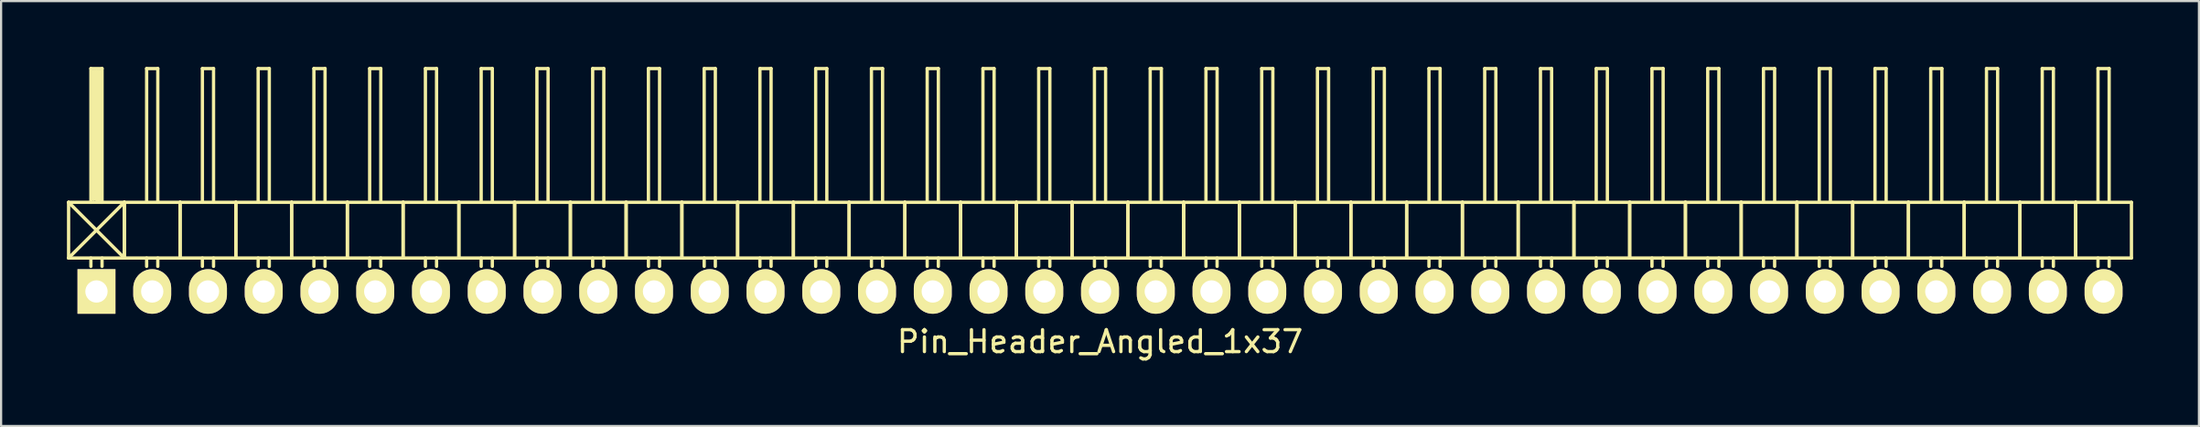
<source format=kicad_pcb>
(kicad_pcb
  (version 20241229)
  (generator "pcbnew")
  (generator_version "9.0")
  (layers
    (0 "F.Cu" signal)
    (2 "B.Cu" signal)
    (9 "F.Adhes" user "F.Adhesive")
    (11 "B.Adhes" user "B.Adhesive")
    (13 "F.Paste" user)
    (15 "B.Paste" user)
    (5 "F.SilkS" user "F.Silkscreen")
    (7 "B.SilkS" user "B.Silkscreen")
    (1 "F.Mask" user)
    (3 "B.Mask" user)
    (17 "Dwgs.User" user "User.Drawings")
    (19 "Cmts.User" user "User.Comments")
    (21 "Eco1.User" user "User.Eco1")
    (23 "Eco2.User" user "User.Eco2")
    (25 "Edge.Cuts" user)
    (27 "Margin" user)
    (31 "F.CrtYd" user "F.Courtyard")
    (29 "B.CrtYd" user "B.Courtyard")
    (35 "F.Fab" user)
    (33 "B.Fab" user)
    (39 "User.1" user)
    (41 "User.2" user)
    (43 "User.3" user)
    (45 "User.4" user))
  (footprint "Pin_Header_Angled_1x37"
    (layer "F.Cu")
    (at 47.065 10.235)
    (property "Reference" "Pin_Header_Angled_1x37" (at 0 2.286 0) (layer "F.SilkS") (effects (font (size 1 1) (thickness 0.15))))
    (attr through_hole)
    (fp_line (start -46.99 -4.064) (end -44.45 -1.524) (stroke (width 0.15) (type solid)) (layer "F.SilkS"))
    (fp_line (start -46.99 -1.524) (end -46.99 -4.064) (stroke (width 0.15) (type solid)) (layer "F.SilkS"))
    (fp_line (start -46.99 -1.524) (end -44.45 -1.524) (stroke (width 0.15) (type solid)) (layer "F.SilkS"))
    (fp_line (start -45.974 -10.16) (end -45.466 -10.16) (stroke (width 0.15) (type solid)) (layer "F.SilkS"))
    (fp_line (start -45.974 -4.064) (end -45.974 -10.16) (stroke (width 0.15) (type solid)) (layer "F.SilkS"))
    (fp_line (start -45.974 -1.524) (end -45.974 -1.143) (stroke (width 0.15) (type solid)) (layer "F.SilkS"))
    (fp_line (start -45.847 -10.033) (end -45.593 -10.033) (stroke (width 0.15) (type solid)) (layer "F.SilkS"))
    (fp_line (start -45.847 -4.191) (end -45.847 -10.033) (stroke (width 0.15) (type solid)) (layer "F.SilkS"))
    (fp_line (start -45.72 -4.191) (end -45.72 -10.033) (stroke (width 0.15) (type solid)) (layer "F.SilkS"))
    (fp_line (start -45.593 -10.033) (end -45.593 -4.191) (stroke (width 0.15) (type solid)) (layer "F.SilkS"))
    (fp_line (start -45.593 -4.191) (end -45.72 -4.191) (stroke (width 0.15) (type solid)) (layer "F.SilkS"))
    (fp_line (start -45.466 -10.16) (end -45.466 -4.064) (stroke (width 0.15) (type solid)) (layer "F.SilkS"))
    (fp_line (start -45.466 -1.524) (end -45.466 -1.143) (stroke (width 0.15) (type solid)) (layer "F.SilkS"))
    (fp_line (start -44.45 -4.064) (end -46.99 -4.064) (stroke (width 0.15) (type solid)) (layer "F.SilkS"))
    (fp_line (start -44.45 -4.064) (end -46.99 -1.524) (stroke (width 0.15) (type solid)) (layer "F.SilkS"))
    (fp_line (start -44.45 -1.524) (end -44.45 -4.064) (stroke (width 0.15) (type solid)) (layer "F.SilkS"))
    (fp_line (start -44.45 -1.524) (end -44.45 -4.064) (stroke (width 0.15) (type solid)) (layer "F.SilkS"))
    (fp_line (start -44.45 -1.524) (end -41.91 -1.524) (stroke (width 0.15) (type solid)) (layer "F.SilkS"))
    (fp_line (start -43.434 -10.16) (end -42.926 -10.16) (stroke (width 0.15) (type solid)) (layer "F.SilkS"))
    (fp_line (start -43.434 -4.064) (end -43.434 -10.16) (stroke (width 0.15) (type solid)) (layer "F.SilkS"))
    (fp_line (start -43.434 -1.524) (end -43.434 -1.143) (stroke (width 0.15) (type solid)) (layer "F.SilkS"))
    (fp_line (start -42.926 -10.16) (end -42.926 -4.064) (stroke (width 0.15) (type solid)) (layer "F.SilkS"))
    (fp_line (start -42.926 -1.524) (end -42.926 -1.143) (stroke (width 0.15) (type solid)) (layer "F.SilkS"))
    (fp_line (start -41.91 -4.064) (end -44.45 -4.064) (stroke (width 0.15) (type solid)) (layer "F.SilkS"))
    (fp_line (start -41.91 -1.524) (end -41.91 -4.064) (stroke (width 0.15) (type solid)) (layer "F.SilkS"))
    (fp_line (start -41.91 -1.524) (end -41.91 -4.064) (stroke (width 0.15) (type solid)) (layer "F.SilkS"))
    (fp_line (start -41.91 -1.524) (end -39.37 -1.524) (stroke (width 0.15) (type solid)) (layer "F.SilkS"))
    (fp_line (start -40.894 -10.16) (end -40.386 -10.16) (stroke (width 0.15) (type solid)) (layer "F.SilkS"))
    (fp_line (start -40.894 -4.064) (end -40.894 -10.16) (stroke (width 0.15) (type solid)) (layer "F.SilkS"))
    (fp_line (start -40.894 -1.524) (end -40.894 -1.143) (stroke (width 0.15) (type solid)) (layer "F.SilkS"))
    (fp_line (start -40.386 -10.16) (end -40.386 -4.064) (stroke (width 0.15) (type solid)) (layer "F.SilkS"))
    (fp_line (start -40.386 -1.524) (end -40.386 -1.143) (stroke (width 0.15) (type solid)) (layer "F.SilkS"))
    (fp_line (start -39.37 -4.064) (end -41.91 -4.064) (stroke (width 0.15) (type solid)) (layer "F.SilkS"))
    (fp_line (start -39.37 -1.524) (end -39.37 -4.064) (stroke (width 0.15) (type solid)) (layer "F.SilkS"))
    (fp_line (start -39.37 -1.524) (end -39.37 -4.064) (stroke (width 0.15) (type solid)) (layer "F.SilkS"))
    (fp_line (start -39.37 -1.524) (end -36.83 -1.524) (stroke (width 0.15) (type solid)) (layer "F.SilkS"))
    (fp_line (start -38.354 -10.16) (end -37.846 -10.16) (stroke (width 0.15) (type solid)) (layer "F.SilkS"))
    (fp_line (start -38.354 -4.064) (end -38.354 -10.16) (stroke (width 0.15) (type solid)) (layer "F.SilkS"))
    (fp_line (start -38.354 -1.524) (end -38.354 -1.143) (stroke (width 0.15) (type solid)) (layer "F.SilkS"))
    (fp_line (start -37.846 -10.16) (end -37.846 -4.064) (stroke (width 0.15) (type solid)) (layer "F.SilkS"))
    (fp_line (start -37.846 -1.524) (end -37.846 -1.143) (stroke (width 0.15) (type solid)) (layer "F.SilkS"))
    (fp_line (start -36.83 -4.064) (end -39.37 -4.064) (stroke (width 0.15) (type solid)) (layer "F.SilkS"))
    (fp_line (start -36.83 -1.524) (end -36.83 -4.064) (stroke (width 0.15) (type solid)) (layer "F.SilkS"))
    (fp_line (start -36.83 -1.524) (end -36.83 -4.064) (stroke (width 0.15) (type solid)) (layer "F.SilkS"))
    (fp_line (start -36.83 -1.524) (end -34.29 -1.524) (stroke (width 0.15) (type solid)) (layer "F.SilkS"))
    (fp_line (start -35.814 -10.16) (end -35.306 -10.16) (stroke (width 0.15) (type solid)) (layer "F.SilkS"))
    (fp_line (start -35.814 -4.064) (end -35.814 -10.16) (stroke (width 0.15) (type solid)) (layer "F.SilkS"))
    (fp_line (start -35.814 -1.524) (end -35.814 -1.143) (stroke (width 0.15) (type solid)) (layer "F.SilkS"))
    (fp_line (start -35.306 -10.16) (end -35.306 -4.064) (stroke (width 0.15) (type solid)) (layer "F.SilkS"))
    (fp_line (start -35.306 -1.524) (end -35.306 -1.143) (stroke (width 0.15) (type solid)) (layer "F.SilkS"))
    (fp_line (start -34.29 -4.064) (end -36.83 -4.064) (stroke (width 0.15) (type solid)) (layer "F.SilkS"))
    (fp_line (start -34.29 -1.524) (end -34.29 -4.064) (stroke (width 0.15) (type solid)) (layer "F.SilkS"))
    (fp_line (start -34.29 -1.524) (end -34.29 -4.064) (stroke (width 0.15) (type solid)) (layer "F.SilkS"))
    (fp_line (start -34.29 -1.524) (end -31.75 -1.524) (stroke (width 0.15) (type solid)) (layer "F.SilkS"))
    (fp_line (start -33.274 -10.16) (end -32.766 -10.16) (stroke (width 0.15) (type solid)) (layer "F.SilkS"))
    (fp_line (start -33.274 -4.064) (end -33.274 -10.16) (stroke (width 0.15) (type solid)) (layer "F.SilkS"))
    (fp_line (start -33.274 -1.524) (end -33.274 -1.143) (stroke (width 0.15) (type solid)) (layer "F.SilkS"))
    (fp_line (start -32.766 -10.16) (end -32.766 -4.064) (stroke (width 0.15) (type solid)) (layer "F.SilkS"))
    (fp_line (start -32.766 -1.524) (end -32.766 -1.143) (stroke (width 0.15) (type solid)) (layer "F.SilkS"))
    (fp_line (start -31.75 -4.064) (end -34.29 -4.064) (stroke (width 0.15) (type solid)) (layer "F.SilkS"))
    (fp_line (start -31.75 -1.524) (end -31.75 -4.064) (stroke (width 0.15) (type solid)) (layer "F.SilkS"))
    (fp_line (start -31.75 -1.524) (end -31.75 -4.064) (stroke (width 0.15) (type solid)) (layer "F.SilkS"))
    (fp_line (start -31.75 -1.524) (end -29.21 -1.524) (stroke (width 0.15) (type solid)) (layer "F.SilkS"))
    (fp_line (start -30.734 -10.16) (end -30.226 -10.16) (stroke (width 0.15) (type solid)) (layer "F.SilkS"))
    (fp_line (start -30.734 -4.064) (end -30.734 -10.16) (stroke (width 0.15) (type solid)) (layer "F.SilkS"))
    (fp_line (start -30.734 -1.524) (end -30.734 -1.143) (stroke (width 0.15) (type solid)) (layer "F.SilkS"))
    (fp_line (start -30.226 -10.16) (end -30.226 -4.064) (stroke (width 0.15) (type solid)) (layer "F.SilkS"))
    (fp_line (start -30.226 -1.524) (end -30.226 -1.143) (stroke (width 0.15) (type solid)) (layer "F.SilkS"))
    (fp_line (start -29.21 -4.064) (end -31.75 -4.064) (stroke (width 0.15) (type solid)) (layer "F.SilkS"))
    (fp_line (start -29.21 -1.524) (end -29.21 -4.064) (stroke (width 0.15) (type solid)) (layer "F.SilkS"))
    (fp_line (start -29.21 -1.524) (end -29.21 -4.064) (stroke (width 0.15) (type solid)) (layer "F.SilkS"))
    (fp_line (start -29.21 -1.524) (end -26.67 -1.524) (stroke (width 0.15) (type solid)) (layer "F.SilkS"))
    (fp_line (start -28.194 -10.16) (end -27.686 -10.16) (stroke (width 0.15) (type solid)) (layer "F.SilkS"))
    (fp_line (start -28.194 -4.064) (end -28.194 -10.16) (stroke (width 0.15) (type solid)) (layer "F.SilkS"))
    (fp_line (start -28.194 -1.524) (end -28.194 -1.143) (stroke (width 0.15) (type solid)) (layer "F.SilkS"))
    (fp_line (start -27.686 -10.16) (end -27.686 -4.064) (stroke (width 0.15) (type solid)) (layer "F.SilkS"))
    (fp_line (start -27.686 -1.524) (end -27.686 -1.143) (stroke (width 0.15) (type solid)) (layer "F.SilkS"))
    (fp_line (start -26.67 -4.064) (end -29.21 -4.064) (stroke (width 0.15) (type solid)) (layer "F.SilkS"))
    (fp_line (start -26.67 -1.524) (end -26.67 -4.064) (stroke (width 0.15) (type solid)) (layer "F.SilkS"))
    (fp_line (start -26.67 -1.524) (end -26.67 -4.064) (stroke (width 0.15) (type solid)) (layer "F.SilkS"))
    (fp_line (start -26.67 -1.524) (end -24.13 -1.524) (stroke (width 0.15) (type solid)) (layer "F.SilkS"))
    (fp_line (start -25.654 -10.16) (end -25.146 -10.16) (stroke (width 0.15) (type solid)) (layer "F.SilkS"))
    (fp_line (start -25.654 -4.064) (end -25.654 -10.16) (stroke (width 0.15) (type solid)) (layer "F.SilkS"))
    (fp_line (start -25.654 -1.524) (end -25.654 -1.143) (stroke (width 0.15) (type solid)) (layer "F.SilkS"))
    (fp_line (start -25.146 -10.16) (end -25.146 -4.064) (stroke (width 0.15) (type solid)) (layer "F.SilkS"))
    (fp_line (start -25.146 -1.524) (end -25.146 -1.143) (stroke (width 0.15) (type solid)) (layer "F.SilkS"))
    (fp_line (start -24.13 -4.064) (end -26.67 -4.064) (stroke (width 0.15) (type solid)) (layer "F.SilkS"))
    (fp_line (start -24.13 -1.524) (end -24.13 -4.064) (stroke (width 0.15) (type solid)) (layer "F.SilkS"))
    (fp_line (start -24.13 -1.524) (end -24.13 -4.064) (stroke (width 0.15) (type solid)) (layer "F.SilkS"))
    (fp_line (start -24.13 -1.524) (end -21.59 -1.524) (stroke (width 0.15) (type solid)) (layer "F.SilkS"))
    (fp_line (start -23.114 -10.16) (end -22.606 -10.16) (stroke (width 0.15) (type solid)) (layer "F.SilkS"))
    (fp_line (start -23.114 -4.064) (end -23.114 -10.16) (stroke (width 0.15) (type solid)) (layer "F.SilkS"))
    (fp_line (start -23.114 -1.524) (end -23.114 -1.143) (stroke (width 0.15) (type solid)) (layer "F.SilkS"))
    (fp_line (start -22.606 -10.16) (end -22.606 -4.064) (stroke (width 0.15) (type solid)) (layer "F.SilkS"))
    (fp_line (start -22.606 -1.524) (end -22.606 -1.143) (stroke (width 0.15) (type solid)) (layer "F.SilkS"))
    (fp_line (start -21.59 -4.064) (end -24.13 -4.064) (stroke (width 0.15) (type solid)) (layer "F.SilkS"))
    (fp_line (start -21.59 -1.524) (end -21.59 -4.064) (stroke (width 0.15) (type solid)) (layer "F.SilkS"))
    (fp_line (start -21.59 -1.524) (end -21.59 -4.064) (stroke (width 0.15) (type solid)) (layer "F.SilkS"))
    (fp_line (start -21.59 -1.524) (end -19.05 -1.524) (stroke (width 0.15) (type solid)) (layer "F.SilkS"))
    (fp_line (start -20.574 -10.16) (end -20.066 -10.16) (stroke (width 0.15) (type solid)) (layer "F.SilkS"))
    (fp_line (start -20.574 -4.064) (end -20.574 -10.16) (stroke (width 0.15) (type solid)) (layer "F.SilkS"))
    (fp_line (start -20.574 -1.524) (end -20.574 -1.143) (stroke (width 0.15) (type solid)) (layer "F.SilkS"))
    (fp_line (start -20.066 -10.16) (end -20.066 -4.064) (stroke (width 0.15) (type solid)) (layer "F.SilkS"))
    (fp_line (start -20.066 -1.524) (end -20.066 -1.143) (stroke (width 0.15) (type solid)) (layer "F.SilkS"))
    (fp_line (start -19.05 -4.064) (end -21.59 -4.064) (stroke (width 0.15) (type solid)) (layer "F.SilkS"))
    (fp_line (start -19.05 -1.524) (end -19.05 -4.064) (stroke (width 0.15) (type solid)) (layer "F.SilkS"))
    (fp_line (start -19.05 -1.524) (end -19.05 -4.064) (stroke (width 0.15) (type solid)) (layer "F.SilkS"))
    (fp_line (start -19.05 -1.524) (end -16.51 -1.524) (stroke (width 0.15) (type solid)) (layer "F.SilkS"))
    (fp_line (start -18.034 -10.16) (end -17.526 -10.16) (stroke (width 0.15) (type solid)) (layer "F.SilkS"))
    (fp_line (start -18.034 -4.064) (end -18.034 -10.16) (stroke (width 0.15) (type solid)) (layer "F.SilkS"))
    (fp_line (start -18.034 -1.524) (end -18.034 -1.143) (stroke (width 0.15) (type solid)) (layer "F.SilkS"))
    (fp_line (start -17.526 -10.16) (end -17.526 -4.064) (stroke (width 0.15) (type solid)) (layer "F.SilkS"))
    (fp_line (start -17.526 -1.524) (end -17.526 -1.143) (stroke (width 0.15) (type solid)) (layer "F.SilkS"))
    (fp_line (start -16.51 -4.064) (end -19.05 -4.064) (stroke (width 0.15) (type solid)) (layer "F.SilkS"))
    (fp_line (start -16.51 -1.524) (end -16.51 -4.064) (stroke (width 0.15) (type solid)) (layer "F.SilkS"))
    (fp_line (start -16.51 -1.524) (end -16.51 -4.064) (stroke (width 0.15) (type solid)) (layer "F.SilkS"))
    (fp_line (start -16.51 -1.524) (end -13.97 -1.524) (stroke (width 0.15) (type solid)) (layer "F.SilkS"))
    (fp_line (start -15.494 -10.16) (end -14.986 -10.16) (stroke (width 0.15) (type solid)) (layer "F.SilkS"))
    (fp_line (start -15.494 -4.064) (end -15.494 -10.16) (stroke (width 0.15) (type solid)) (layer "F.SilkS"))
    (fp_line (start -15.494 -1.524) (end -15.494 -1.143) (stroke (width 0.15) (type solid)) (layer "F.SilkS"))
    (fp_line (start -14.986 -10.16) (end -14.986 -4.064) (stroke (width 0.15) (type solid)) (layer "F.SilkS"))
    (fp_line (start -14.986 -1.524) (end -14.986 -1.143) (stroke (width 0.15) (type solid)) (layer "F.SilkS"))
    (fp_line (start -13.97 -4.064) (end -16.51 -4.064) (stroke (width 0.15) (type solid)) (layer "F.SilkS"))
    (fp_line (start -13.97 -1.524) (end -13.97 -4.064) (stroke (width 0.15) (type solid)) (layer "F.SilkS"))
    (fp_line (start -13.97 -1.524) (end -13.97 -4.064) (stroke (width 0.15) (type solid)) (layer "F.SilkS"))
    (fp_line (start -13.97 -1.524) (end -11.43 -1.524) (stroke (width 0.15) (type solid)) (layer "F.SilkS"))
    (fp_line (start -12.954 -10.16) (end -12.446 -10.16) (stroke (width 0.15) (type solid)) (layer "F.SilkS"))
    (fp_line (start -12.954 -4.064) (end -12.954 -10.16) (stroke (width 0.15) (type solid)) (layer "F.SilkS"))
    (fp_line (start -12.954 -1.524) (end -12.954 -1.143) (stroke (width 0.15) (type solid)) (layer "F.SilkS"))
    (fp_line (start -12.446 -10.16) (end -12.446 -4.064) (stroke (width 0.15) (type solid)) (layer "F.SilkS"))
    (fp_line (start -12.446 -1.524) (end -12.446 -1.143) (stroke (width 0.15) (type solid)) (layer "F.SilkS"))
    (fp_line (start -11.43 -4.064) (end -13.97 -4.064) (stroke (width 0.15) (type solid)) (layer "F.SilkS"))
    (fp_line (start -11.43 -1.524) (end -11.43 -4.064) (stroke (width 0.15) (type solid)) (layer "F.SilkS"))
    (fp_line (start -11.43 -1.524) (end -11.43 -4.064) (stroke (width 0.15) (type solid)) (layer "F.SilkS"))
    (fp_line (start -11.43 -1.524) (end -8.89 -1.524) (stroke (width 0.15) (type solid)) (layer "F.SilkS"))
    (fp_line (start -10.414 -10.16) (end -9.906 -10.16) (stroke (width 0.15) (type solid)) (layer "F.SilkS"))
    (fp_line (start -10.414 -4.064) (end -10.414 -10.16) (stroke (width 0.15) (type solid)) (layer "F.SilkS"))
    (fp_line (start -10.414 -1.524) (end -10.414 -1.143) (stroke (width 0.15) (type solid)) (layer "F.SilkS"))
    (fp_line (start -9.906 -10.16) (end -9.906 -4.064) (stroke (width 0.15) (type solid)) (layer "F.SilkS"))
    (fp_line (start -9.906 -1.524) (end -9.906 -1.143) (stroke (width 0.15) (type solid)) (layer "F.SilkS"))
    (fp_line (start -8.89 -4.064) (end -11.43 -4.064) (stroke (width 0.15) (type solid)) (layer "F.SilkS"))
    (fp_line (start -8.89 -1.524) (end -8.89 -4.064) (stroke (width 0.15) (type solid)) (layer "F.SilkS"))
    (fp_line (start -8.89 -1.524) (end -8.89 -4.064) (stroke (width 0.15) (type solid)) (layer "F.SilkS"))
    (fp_line (start -8.89 -1.524) (end -6.35 -1.524) (stroke (width 0.15) (type solid)) (layer "F.SilkS"))
    (fp_line (start -7.874 -10.16) (end -7.366 -10.16) (stroke (width 0.15) (type solid)) (layer "F.SilkS"))
    (fp_line (start -7.874 -4.064) (end -7.874 -10.16) (stroke (width 0.15) (type solid)) (layer "F.SilkS"))
    (fp_line (start -7.874 -1.524) (end -7.874 -1.143) (stroke (width 0.15) (type solid)) (layer "F.SilkS"))
    (fp_line (start -7.366 -10.16) (end -7.366 -4.064) (stroke (width 0.15) (type solid)) (layer "F.SilkS"))
    (fp_line (start -7.366 -1.524) (end -7.366 -1.143) (stroke (width 0.15) (type solid)) (layer "F.SilkS"))
    (fp_line (start -6.35 -4.064) (end -8.89 -4.064) (stroke (width 0.15) (type solid)) (layer "F.SilkS"))
    (fp_line (start -6.35 -1.524) (end -6.35 -4.064) (stroke (width 0.15) (type solid)) (layer "F.SilkS"))
    (fp_line (start -6.35 -1.524) (end -6.35 -4.064) (stroke (width 0.15) (type solid)) (layer "F.SilkS"))
    (fp_line (start -6.35 -1.524) (end -3.81 -1.524) (stroke (width 0.15) (type solid)) (layer "F.SilkS"))
    (fp_line (start -5.334 -10.16) (end -4.826 -10.16) (stroke (width 0.15) (type solid)) (layer "F.SilkS"))
    (fp_line (start -5.334 -4.064) (end -5.334 -10.16) (stroke (width 0.15) (type solid)) (layer "F.SilkS"))
    (fp_line (start -5.334 -1.524) (end -5.334 -1.143) (stroke (width 0.15) (type solid)) (layer "F.SilkS"))
    (fp_line (start -4.826 -10.16) (end -4.826 -4.064) (stroke (width 0.15) (type solid)) (layer "F.SilkS"))
    (fp_line (start -4.826 -1.524) (end -4.826 -1.143) (stroke (width 0.15) (type solid)) (layer "F.SilkS"))
    (fp_line (start -3.81 -4.064) (end -6.35 -4.064) (stroke (width 0.15) (type solid)) (layer "F.SilkS"))
    (fp_line (start -3.81 -1.524) (end -3.81 -4.064) (stroke (width 0.15) (type solid)) (layer "F.SilkS"))
    (fp_line (start -3.81 -1.524) (end -3.81 -4.064) (stroke (width 0.15) (type solid)) (layer "F.SilkS"))
    (fp_line (start -3.81 -1.524) (end -1.27 -1.524) (stroke (width 0.15) (type solid)) (layer "F.SilkS"))
    (fp_line (start -2.794 -10.16) (end -2.286 -10.16) (stroke (width 0.15) (type solid)) (layer "F.SilkS"))
    (fp_line (start -2.794 -4.064) (end -2.794 -10.16) (stroke (width 0.15) (type solid)) (layer "F.SilkS"))
    (fp_line (start -2.794 -1.524) (end -2.794 -1.143) (stroke (width 0.15) (type solid)) (layer "F.SilkS"))
    (fp_line (start -2.286 -10.16) (end -2.286 -4.064) (stroke (width 0.15) (type solid)) (layer "F.SilkS"))
    (fp_line (start -2.286 -1.524) (end -2.286 -1.143) (stroke (width 0.15) (type solid)) (layer "F.SilkS"))
    (fp_line (start -1.27 -4.064) (end -3.81 -4.064) (stroke (width 0.15) (type solid)) (layer "F.SilkS"))
    (fp_line (start -1.27 -1.524) (end -1.27 -4.064) (stroke (width 0.15) (type solid)) (layer "F.SilkS"))
    (fp_line (start -1.27 -1.524) (end -1.27 -4.064) (stroke (width 0.15) (type solid)) (layer "F.SilkS"))
    (fp_line (start -1.27 -1.524) (end 1.27 -1.524) (stroke (width 0.15) (type solid)) (layer "F.SilkS"))
    (fp_line (start -0.254 -10.16) (end 0.254 -10.16) (stroke (width 0.15) (type solid)) (layer "F.SilkS"))
    (fp_line (start -0.254 -4.064) (end -0.254 -10.16) (stroke (width 0.15) (type solid)) (layer "F.SilkS"))
    (fp_line (start -0.254 -1.524) (end -0.254 -1.143) (stroke (width 0.15) (type solid)) (layer "F.SilkS"))
    (fp_line (start 0.254 -10.16) (end 0.254 -4.064) (stroke (width 0.15) (type solid)) (layer "F.SilkS"))
    (fp_line (start 0.254 -1.524) (end 0.254 -1.143) (stroke (width 0.15) (type solid)) (layer "F.SilkS"))
    (fp_line (start 1.27 -4.064) (end -1.27 -4.064) (stroke (width 0.15) (type solid)) (layer "F.SilkS"))
    (fp_line (start 1.27 -1.524) (end 1.27 -4.064) (stroke (width 0.15) (type solid)) (layer "F.SilkS"))
    (fp_line (start 1.27 -1.524) (end 1.27 -4.064) (stroke (width 0.15) (type solid)) (layer "F.SilkS"))
    (fp_line (start 1.27 -1.524) (end 3.81 -1.524) (stroke (width 0.15) (type solid)) (layer "F.SilkS"))
    (fp_line (start 2.286 -10.16) (end 2.794 -10.16) (stroke (width 0.15) (type solid)) (layer "F.SilkS"))
    (fp_line (start 2.286 -4.064) (end 2.286 -10.16) (stroke (width 0.15) (type solid)) (layer "F.SilkS"))
    (fp_line (start 2.286 -1.524) (end 2.286 -1.143) (stroke (width 0.15) (type solid)) (layer "F.SilkS"))
    (fp_line (start 2.794 -10.16) (end 2.794 -4.064) (stroke (width 0.15) (type solid)) (layer "F.SilkS"))
    (fp_line (start 2.794 -1.524) (end 2.794 -1.143) (stroke (width 0.15) (type solid)) (layer "F.SilkS"))
    (fp_line (start 3.81 -4.064) (end 1.27 -4.064) (stroke (width 0.15) (type solid)) (layer "F.SilkS"))
    (fp_line (start 3.81 -1.524) (end 3.81 -4.064) (stroke (width 0.15) (type solid)) (layer "F.SilkS"))
    (fp_line (start 3.81 -1.524) (end 3.81 -4.064) (stroke (width 0.15) (type solid)) (layer "F.SilkS"))
    (fp_line (start 3.81 -1.524) (end 6.35 -1.524) (stroke (width 0.15) (type solid)) (layer "F.SilkS"))
    (fp_line (start 4.826 -10.16) (end 5.334 -10.16) (stroke (width 0.15) (type solid)) (layer "F.SilkS"))
    (fp_line (start 4.826 -4.064) (end 4.826 -10.16) (stroke (width 0.15) (type solid)) (layer "F.SilkS"))
    (fp_line (start 4.826 -1.524) (end 4.826 -1.143) (stroke (width 0.15) (type solid)) (layer "F.SilkS"))
    (fp_line (start 5.334 -10.16) (end 5.334 -4.064) (stroke (width 0.15) (type solid)) (layer "F.SilkS"))
    (fp_line (start 5.334 -1.524) (end 5.334 -1.143) (stroke (width 0.15) (type solid)) (layer "F.SilkS"))
    (fp_line (start 6.35 -4.064) (end 3.81 -4.064) (stroke (width 0.15) (type solid)) (layer "F.SilkS"))
    (fp_line (start 6.35 -1.524) (end 6.35 -4.064) (stroke (width 0.15) (type solid)) (layer "F.SilkS"))
    (fp_line (start 6.35 -1.524) (end 6.35 -4.064) (stroke (width 0.15) (type solid)) (layer "F.SilkS"))
    (fp_line (start 6.35 -1.524) (end 8.89 -1.524) (stroke (width 0.15) (type solid)) (layer "F.SilkS"))
    (fp_line (start 7.366 -10.16) (end 7.874 -10.16) (stroke (width 0.15) (type solid)) (layer "F.SilkS"))
    (fp_line (start 7.366 -4.064) (end 7.366 -10.16) (stroke (width 0.15) (type solid)) (layer "F.SilkS"))
    (fp_line (start 7.366 -1.524) (end 7.366 -1.143) (stroke (width 0.15) (type solid)) (layer "F.SilkS"))
    (fp_line (start 7.874 -10.16) (end 7.874 -4.064) (stroke (width 0.15) (type solid)) (layer "F.SilkS"))
    (fp_line (start 7.874 -1.524) (end 7.874 -1.143) (stroke (width 0.15) (type solid)) (layer "F.SilkS"))
    (fp_line (start 8.89 -4.064) (end 6.35 -4.064) (stroke (width 0.15) (type solid)) (layer "F.SilkS"))
    (fp_line (start 8.89 -1.524) (end 8.89 -4.064) (stroke (width 0.15) (type solid)) (layer "F.SilkS"))
    (fp_line (start 8.89 -1.524) (end 8.89 -4.064) (stroke (width 0.15) (type solid)) (layer "F.SilkS"))
    (fp_line (start 8.89 -1.524) (end 11.43 -1.524) (stroke (width 0.15) (type solid)) (layer "F.SilkS"))
    (fp_line (start 9.906 -10.16) (end 10.414 -10.16) (stroke (width 0.15) (type solid)) (layer "F.SilkS"))
    (fp_line (start 9.906 -4.064) (end 9.906 -10.16) (stroke (width 0.15) (type solid)) (layer "F.SilkS"))
    (fp_line (start 9.906 -1.524) (end 9.906 -1.143) (stroke (width 0.15) (type solid)) (layer "F.SilkS"))
    (fp_line (start 10.414 -10.16) (end 10.414 -4.064) (stroke (width 0.15) (type solid)) (layer "F.SilkS"))
    (fp_line (start 10.414 -1.524) (end 10.414 -1.143) (stroke (width 0.15) (type solid)) (layer "F.SilkS"))
    (fp_line (start 11.43 -4.064) (end 8.89 -4.064) (stroke (width 0.15) (type solid)) (layer "F.SilkS"))
    (fp_line (start 11.43 -1.524) (end 11.43 -4.064) (stroke (width 0.15) (type solid)) (layer "F.SilkS"))
    (fp_line (start 11.43 -1.524) (end 11.43 -4.064) (stroke (width 0.15) (type solid)) (layer "F.SilkS"))
    (fp_line (start 11.43 -1.524) (end 13.97 -1.524) (stroke (width 0.15) (type solid)) (layer "F.SilkS"))
    (fp_line (start 12.446 -10.16) (end 12.954 -10.16) (stroke (width 0.15) (type solid)) (layer "F.SilkS"))
    (fp_line (start 12.446 -4.064) (end 12.446 -10.16) (stroke (width 0.15) (type solid)) (layer "F.SilkS"))
    (fp_line (start 12.446 -1.524) (end 12.446 -1.143) (stroke (width 0.15) (type solid)) (layer "F.SilkS"))
    (fp_line (start 12.954 -10.16) (end 12.954 -4.064) (stroke (width 0.15) (type solid)) (layer "F.SilkS"))
    (fp_line (start 12.954 -1.524) (end 12.954 -1.143) (stroke (width 0.15) (type solid)) (layer "F.SilkS"))
    (fp_line (start 13.97 -4.064) (end 11.43 -4.064) (stroke (width 0.15) (type solid)) (layer "F.SilkS"))
    (fp_line (start 13.97 -1.524) (end 13.97 -4.064) (stroke (width 0.15) (type solid)) (layer "F.SilkS"))
    (fp_line (start 13.97 -1.524) (end 13.97 -4.064) (stroke (width 0.15) (type solid)) (layer "F.SilkS"))
    (fp_line (start 13.97 -1.524) (end 16.51 -1.524) (stroke (width 0.15) (type solid)) (layer "F.SilkS"))
    (fp_line (start 14.986 -10.16) (end 15.494 -10.16) (stroke (width 0.15) (type solid)) (layer "F.SilkS"))
    (fp_line (start 14.986 -4.064) (end 14.986 -10.16) (stroke (width 0.15) (type solid)) (layer "F.SilkS"))
    (fp_line (start 14.986 -1.524) (end 14.986 -1.143) (stroke (width 0.15) (type solid)) (layer "F.SilkS"))
    (fp_line (start 15.494 -10.16) (end 15.494 -4.064) (stroke (width 0.15) (type solid)) (layer "F.SilkS"))
    (fp_line (start 15.494 -1.524) (end 15.494 -1.143) (stroke (width 0.15) (type solid)) (layer "F.SilkS"))
    (fp_line (start 16.51 -4.064) (end 13.97 -4.064) (stroke (width 0.15) (type solid)) (layer "F.SilkS"))
    (fp_line (start 16.51 -1.524) (end 16.51 -4.064) (stroke (width 0.15) (type solid)) (layer "F.SilkS"))
    (fp_line (start 16.51 -1.524) (end 16.51 -4.064) (stroke (width 0.15) (type solid)) (layer "F.SilkS"))
    (fp_line (start 16.51 -1.524) (end 19.05 -1.524) (stroke (width 0.15) (type solid)) (layer "F.SilkS"))
    (fp_line (start 17.526 -10.16) (end 18.034 -10.16) (stroke (width 0.15) (type solid)) (layer "F.SilkS"))
    (fp_line (start 17.526 -4.064) (end 17.526 -10.16) (stroke (width 0.15) (type solid)) (layer "F.SilkS"))
    (fp_line (start 17.526 -1.524) (end 17.526 -1.143) (stroke (width 0.15) (type solid)) (layer "F.SilkS"))
    (fp_line (start 18.034 -10.16) (end 18.034 -4.064) (stroke (width 0.15) (type solid)) (layer "F.SilkS"))
    (fp_line (start 18.034 -1.524) (end 18.034 -1.143) (stroke (width 0.15) (type solid)) (layer "F.SilkS"))
    (fp_line (start 19.05 -4.064) (end 16.51 -4.064) (stroke (width 0.15) (type solid)) (layer "F.SilkS"))
    (fp_line (start 19.05 -1.524) (end 19.05 -4.064) (stroke (width 0.15) (type solid)) (layer "F.SilkS"))
    (fp_line (start 19.05 -1.524) (end 19.05 -4.064) (stroke (width 0.15) (type solid)) (layer "F.SilkS"))
    (fp_line (start 19.05 -1.524) (end 21.59 -1.524) (stroke (width 0.15) (type solid)) (layer "F.SilkS"))
    (fp_line (start 20.066 -10.16) (end 20.574 -10.16) (stroke (width 0.15) (type solid)) (layer "F.SilkS"))
    (fp_line (start 20.066 -4.064) (end 20.066 -10.16) (stroke (width 0.15) (type solid)) (layer "F.SilkS"))
    (fp_line (start 20.066 -1.524) (end 20.066 -1.143) (stroke (width 0.15) (type solid)) (layer "F.SilkS"))
    (fp_line (start 20.574 -10.16) (end 20.574 -4.064) (stroke (width 0.15) (type solid)) (layer "F.SilkS"))
    (fp_line (start 20.574 -1.524) (end 20.574 -1.143) (stroke (width 0.15) (type solid)) (layer "F.SilkS"))
    (fp_line (start 21.59 -4.064) (end 19.05 -4.064) (stroke (width 0.15) (type solid)) (layer "F.SilkS"))
    (fp_line (start 21.59 -1.524) (end 21.59 -4.064) (stroke (width 0.15) (type solid)) (layer "F.SilkS"))
    (fp_line (start 21.59 -1.524) (end 21.59 -4.064) (stroke (width 0.15) (type solid)) (layer "F.SilkS"))
    (fp_line (start 21.59 -1.524) (end 24.13 -1.524) (stroke (width 0.15) (type solid)) (layer "F.SilkS"))
    (fp_line (start 22.606 -10.16) (end 23.114 -10.16) (stroke (width 0.15) (type solid)) (layer "F.SilkS"))
    (fp_line (start 22.606 -4.064) (end 22.606 -10.16) (stroke (width 0.15) (type solid)) (layer "F.SilkS"))
    (fp_line (start 22.606 -1.524) (end 22.606 -1.143) (stroke (width 0.15) (type solid)) (layer "F.SilkS"))
    (fp_line (start 23.114 -10.16) (end 23.114 -4.064) (stroke (width 0.15) (type solid)) (layer "F.SilkS"))
    (fp_line (start 23.114 -1.524) (end 23.114 -1.143) (stroke (width 0.15) (type solid)) (layer "F.SilkS"))
    (fp_line (start 24.13 -4.064) (end 21.59 -4.064) (stroke (width 0.15) (type solid)) (layer "F.SilkS"))
    (fp_line (start 24.13 -1.524) (end 24.13 -4.064) (stroke (width 0.15) (type solid)) (layer "F.SilkS"))
    (fp_line (start 24.13 -1.524) (end 24.13 -4.064) (stroke (width 0.15) (type solid)) (layer "F.SilkS"))
    (fp_line (start 24.13 -1.524) (end 26.67 -1.524) (stroke (width 0.15) (type solid)) (layer "F.SilkS"))
    (fp_line (start 25.146 -10.16) (end 25.654 -10.16) (stroke (width 0.15) (type solid)) (layer "F.SilkS"))
    (fp_line (start 25.146 -4.064) (end 25.146 -10.16) (stroke (width 0.15) (type solid)) (layer "F.SilkS"))
    (fp_line (start 25.146 -1.524) (end 25.146 -1.143) (stroke (width 0.15) (type solid)) (layer "F.SilkS"))
    (fp_line (start 25.654 -10.16) (end 25.654 -4.064) (stroke (width 0.15) (type solid)) (layer "F.SilkS"))
    (fp_line (start 25.654 -1.524) (end 25.654 -1.143) (stroke (width 0.15) (type solid)) (layer "F.SilkS"))
    (fp_line (start 26.67 -4.064) (end 24.13 -4.064) (stroke (width 0.15) (type solid)) (layer "F.SilkS"))
    (fp_line (start 26.67 -1.524) (end 26.67 -4.064) (stroke (width 0.15) (type solid)) (layer "F.SilkS"))
    (fp_line (start 26.67 -1.524) (end 26.67 -4.064) (stroke (width 0.15) (type solid)) (layer "F.SilkS"))
    (fp_line (start 26.67 -1.524) (end 29.21 -1.524) (stroke (width 0.15) (type solid)) (layer "F.SilkS"))
    (fp_line (start 27.686 -10.16) (end 28.194 -10.16) (stroke (width 0.15) (type solid)) (layer "F.SilkS"))
    (fp_line (start 27.686 -4.064) (end 27.686 -10.16) (stroke (width 0.15) (type solid)) (layer "F.SilkS"))
    (fp_line (start 27.686 -1.524) (end 27.686 -1.143) (stroke (width 0.15) (type solid)) (layer "F.SilkS"))
    (fp_line (start 28.194 -10.16) (end 28.194 -4.064) (stroke (width 0.15) (type solid)) (layer "F.SilkS"))
    (fp_line (start 28.194 -1.524) (end 28.194 -1.143) (stroke (width 0.15) (type solid)) (layer "F.SilkS"))
    (fp_line (start 29.21 -4.064) (end 26.67 -4.064) (stroke (width 0.15) (type solid)) (layer "F.SilkS"))
    (fp_line (start 29.21 -1.524) (end 29.21 -4.064) (stroke (width 0.15) (type solid)) (layer "F.SilkS"))
    (fp_line (start 29.21 -1.524) (end 29.21 -4.064) (stroke (width 0.15) (type solid)) (layer "F.SilkS"))
    (fp_line (start 29.21 -1.524) (end 31.75 -1.524) (stroke (width 0.15) (type solid)) (layer "F.SilkS"))
    (fp_line (start 30.226 -10.16) (end 30.734 -10.16) (stroke (width 0.15) (type solid)) (layer "F.SilkS"))
    (fp_line (start 30.226 -4.064) (end 30.226 -10.16) (stroke (width 0.15) (type solid)) (layer "F.SilkS"))
    (fp_line (start 30.226 -1.524) (end 30.226 -1.143) (stroke (width 0.15) (type solid)) (layer "F.SilkS"))
    (fp_line (start 30.734 -10.16) (end 30.734 -4.064) (stroke (width 0.15) (type solid)) (layer "F.SilkS"))
    (fp_line (start 30.734 -1.524) (end 30.734 -1.143) (stroke (width 0.15) (type solid)) (layer "F.SilkS"))
    (fp_line (start 31.75 -4.064) (end 29.21 -4.064) (stroke (width 0.15) (type solid)) (layer "F.SilkS"))
    (fp_line (start 31.75 -1.524) (end 31.75 -4.064) (stroke (width 0.15) (type solid)) (layer "F.SilkS"))
    (fp_line (start 31.75 -1.524) (end 31.75 -4.064) (stroke (width 0.15) (type solid)) (layer "F.SilkS"))
    (fp_line (start 31.75 -1.524) (end 34.29 -1.524) (stroke (width 0.15) (type solid)) (layer "F.SilkS"))
    (fp_line (start 32.766 -10.16) (end 33.274 -10.16) (stroke (width 0.15) (type solid)) (layer "F.SilkS"))
    (fp_line (start 32.766 -4.064) (end 32.766 -10.16) (stroke (width 0.15) (type solid)) (layer "F.SilkS"))
    (fp_line (start 32.766 -1.524) (end 32.766 -1.143) (stroke (width 0.15) (type solid)) (layer "F.SilkS"))
    (fp_line (start 33.274 -10.16) (end 33.274 -4.064) (stroke (width 0.15) (type solid)) (layer "F.SilkS"))
    (fp_line (start 33.274 -1.524) (end 33.274 -1.143) (stroke (width 0.15) (type solid)) (layer "F.SilkS"))
    (fp_line (start 34.29 -4.064) (end 31.75 -4.064) (stroke (width 0.15) (type solid)) (layer "F.SilkS"))
    (fp_line (start 34.29 -1.524) (end 34.29 -4.064) (stroke (width 0.15) (type solid)) (layer "F.SilkS"))
    (fp_line (start 34.29 -1.524) (end 34.29 -4.064) (stroke (width 0.15) (type solid)) (layer "F.SilkS"))
    (fp_line (start 34.29 -1.524) (end 36.83 -1.524) (stroke (width 0.15) (type solid)) (layer "F.SilkS"))
    (fp_line (start 35.306 -10.16) (end 35.814 -10.16) (stroke (width 0.15) (type solid)) (layer "F.SilkS"))
    (fp_line (start 35.306 -4.064) (end 35.306 -10.16) (stroke (width 0.15) (type solid)) (layer "F.SilkS"))
    (fp_line (start 35.306 -1.524) (end 35.306 -1.143) (stroke (width 0.15) (type solid)) (layer "F.SilkS"))
    (fp_line (start 35.814 -10.16) (end 35.814 -4.064) (stroke (width 0.15) (type solid)) (layer "F.SilkS"))
    (fp_line (start 35.814 -1.524) (end 35.814 -1.143) (stroke (width 0.15) (type solid)) (layer "F.SilkS"))
    (fp_line (start 36.83 -4.064) (end 34.29 -4.064) (stroke (width 0.15) (type solid)) (layer "F.SilkS"))
    (fp_line (start 36.83 -1.524) (end 36.83 -4.064) (stroke (width 0.15) (type solid)) (layer "F.SilkS"))
    (fp_line (start 36.83 -1.524) (end 36.83 -4.064) (stroke (width 0.15) (type solid)) (layer "F.SilkS"))
    (fp_line (start 36.83 -1.524) (end 39.37 -1.524) (stroke (width 0.15) (type solid)) (layer "F.SilkS"))
    (fp_line (start 37.846 -10.16) (end 38.354 -10.16) (stroke (width 0.15) (type solid)) (layer "F.SilkS"))
    (fp_line (start 37.846 -4.064) (end 37.846 -10.16) (stroke (width 0.15) (type solid)) (layer "F.SilkS"))
    (fp_line (start 37.846 -1.524) (end 37.846 -1.143) (stroke (width 0.15) (type solid)) (layer "F.SilkS"))
    (fp_line (start 38.354 -10.16) (end 38.354 -4.064) (stroke (width 0.15) (type solid)) (layer "F.SilkS"))
    (fp_line (start 38.354 -1.524) (end 38.354 -1.143) (stroke (width 0.15) (type solid)) (layer "F.SilkS"))
    (fp_line (start 39.37 -4.064) (end 36.83 -4.064) (stroke (width 0.15) (type solid)) (layer "F.SilkS"))
    (fp_line (start 39.37 -1.524) (end 39.37 -4.064) (stroke (width 0.15) (type solid)) (layer "F.SilkS"))
    (fp_line (start 39.37 -1.524) (end 39.37 -4.064) (stroke (width 0.15) (type solid)) (layer "F.SilkS"))
    (fp_line (start 39.37 -1.524) (end 41.91 -1.524) (stroke (width 0.15) (type solid)) (layer "F.SilkS"))
    (fp_line (start 40.386 -10.16) (end 40.894 -10.16) (stroke (width 0.15) (type solid)) (layer "F.SilkS"))
    (fp_line (start 40.386 -4.064) (end 40.386 -10.16) (stroke (width 0.15) (type solid)) (layer "F.SilkS"))
    (fp_line (start 40.386 -1.524) (end 40.386 -1.143) (stroke (width 0.15) (type solid)) (layer "F.SilkS"))
    (fp_line (start 40.894 -10.16) (end 40.894 -4.064) (stroke (width 0.15) (type solid)) (layer "F.SilkS"))
    (fp_line (start 40.894 -1.524) (end 40.894 -1.143) (stroke (width 0.15) (type solid)) (layer "F.SilkS"))
    (fp_line (start 41.91 -4.064) (end 39.37 -4.064) (stroke (width 0.15) (type solid)) (layer "F.SilkS"))
    (fp_line (start 41.91 -1.524) (end 41.91 -4.064) (stroke (width 0.15) (type solid)) (layer "F.SilkS"))
    (fp_line (start 41.91 -1.524) (end 41.91 -4.064) (stroke (width 0.15) (type solid)) (layer "F.SilkS"))
    (fp_line (start 41.91 -1.524) (end 44.45 -1.524) (stroke (width 0.15) (type solid)) (layer "F.SilkS"))
    (fp_line (start 42.926 -10.16) (end 43.434 -10.16) (stroke (width 0.15) (type solid)) (layer "F.SilkS"))
    (fp_line (start 42.926 -4.064) (end 42.926 -10.16) (stroke (width 0.15) (type solid)) (layer "F.SilkS"))
    (fp_line (start 42.926 -1.524) (end 42.926 -1.143) (stroke (width 0.15) (type solid)) (layer "F.SilkS"))
    (fp_line (start 43.434 -10.16) (end 43.434 -4.064) (stroke (width 0.15) (type solid)) (layer "F.SilkS"))
    (fp_line (start 43.434 -1.524) (end 43.434 -1.143) (stroke (width 0.15) (type solid)) (layer "F.SilkS"))
    (fp_line (start 44.45 -4.064) (end 41.91 -4.064) (stroke (width 0.15) (type solid)) (layer "F.SilkS"))
    (fp_line (start 44.45 -1.524) (end 44.45 -4.064) (stroke (width 0.15) (type solid)) (layer "F.SilkS"))
    (fp_line (start 44.45 -1.524) (end 44.45 -4.064) (stroke (width 0.15) (type solid)) (layer "F.SilkS"))
    (fp_line (start 44.45 -1.524) (end 46.99 -1.524) (stroke (width 0.15) (type solid)) (layer "F.SilkS"))
    (fp_line (start 45.466 -10.16) (end 45.974 -10.16) (stroke (width 0.15) (type solid)) (layer "F.SilkS"))
    (fp_line (start 45.466 -4.064) (end 45.466 -10.16) (stroke (width 0.15) (type solid)) (layer "F.SilkS"))
    (fp_line (start 45.466 -1.524) (end 45.466 -1.143) (stroke (width 0.15) (type solid)) (layer "F.SilkS"))
    (fp_line (start 45.974 -10.16) (end 45.974 -4.064) (stroke (width 0.15) (type solid)) (layer "F.SilkS"))
    (fp_line (start 45.974 -1.524) (end 45.974 -1.143) (stroke (width 0.15) (type solid)) (layer "F.SilkS"))
    (fp_line (start 46.99 -4.064) (end 44.45 -4.064) (stroke (width 0.15) (type solid)) (layer "F.SilkS"))
    (fp_line (start 46.99 -1.524) (end 46.99 -4.064) (stroke (width 0.15) (type solid)) (layer "F.SilkS"))
    (pad "1" thru_hole rect (at -45.72 0) (size 1.727 2.032) (drill 1.016) (layers "*.Cu" "*.Mask" "F.SilkS"))
    (pad "2" thru_hole oval (at -43.18 0) (size 1.727 2.032) (drill 1.016) (layers "*.Cu" "*.Mask" "F.SilkS"))
    (pad "3" thru_hole oval (at -40.64 0) (size 1.727 2.032) (drill 1.016) (layers "*.Cu" "*.Mask" "F.SilkS"))
    (pad "4" thru_hole oval (at -38.1 0) (size 1.727 2.032) (drill 1.016) (layers "*.Cu" "*.Mask" "F.SilkS"))
    (pad "5" thru_hole oval (at -35.56 0) (size 1.727 2.032) (drill 1.016) (layers "*.Cu" "*.Mask" "F.SilkS"))
    (pad "6" thru_hole oval (at -33.02 0) (size 1.727 2.032) (drill 1.016) (layers "*.Cu" "*.Mask" "F.SilkS"))
    (pad "7" thru_hole oval (at -30.48 0) (size 1.727 2.032) (drill 1.016) (layers "*.Cu" "*.Mask" "F.SilkS"))
    (pad "8" thru_hole oval (at -27.94 0) (size 1.727 2.032) (drill 1.016) (layers "*.Cu" "*.Mask" "F.SilkS"))
    (pad "9" thru_hole oval (at -25.4 0) (size 1.727 2.032) (drill 1.016) (layers "*.Cu" "*.Mask" "F.SilkS"))
    (pad "10" thru_hole oval (at -22.86 0) (size 1.727 2.032) (drill 1.016) (layers "*.Cu" "*.Mask" "F.SilkS"))
    (pad "11" thru_hole oval (at -20.32 0) (size 1.727 2.032) (drill 1.016) (layers "*.Cu" "*.Mask" "F.SilkS"))
    (pad "12" thru_hole oval (at -17.78 0) (size 1.727 2.032) (drill 1.016) (layers "*.Cu" "*.Mask" "F.SilkS"))
    (pad "13" thru_hole oval (at -15.24 0) (size 1.727 2.032) (drill 1.016) (layers "*.Cu" "*.Mask" "F.SilkS"))
    (pad "14" thru_hole oval (at -12.7 0) (size 1.727 2.032) (drill 1.016) (layers "*.Cu" "*.Mask" "F.SilkS"))
    (pad "15" thru_hole oval (at -10.16 0) (size 1.727 2.032) (drill 1.016) (layers "*.Cu" "*.Mask" "F.SilkS"))
    (pad "16" thru_hole oval (at -7.62 0) (size 1.727 2.032) (drill 1.016) (layers "*.Cu" "*.Mask" "F.SilkS"))
    (pad "17" thru_hole oval (at -5.08 0) (size 1.727 2.032) (drill 1.016) (layers "*.Cu" "*.Mask" "F.SilkS"))
    (pad "18" thru_hole oval (at -2.54 0) (size 1.727 2.032) (drill 1.016) (layers "*.Cu" "*.Mask" "F.SilkS"))
    (pad "19" thru_hole oval (at 0 0) (size 1.727 2.032) (drill 1.016) (layers "*.Cu" "*.Mask" "F.SilkS"))
    (pad "20" thru_hole oval (at 2.54 0) (size 1.727 2.032) (drill 1.016) (layers "*.Cu" "*.Mask" "F.SilkS"))
    (pad "21" thru_hole oval (at 5.08 0) (size 1.727 2.032) (drill 1.016) (layers "*.Cu" "*.Mask" "F.SilkS"))
    (pad "22" thru_hole oval (at 7.62 0) (size 1.727 2.032) (drill 1.016) (layers "*.Cu" "*.Mask" "F.SilkS"))
    (pad "23" thru_hole oval (at 10.16 0) (size 1.727 2.032) (drill 1.016) (layers "*.Cu" "*.Mask" "F.SilkS"))
    (pad "24" thru_hole oval (at 12.7 0) (size 1.727 2.032) (drill 1.016) (layers "*.Cu" "*.Mask" "F.SilkS"))
    (pad "25" thru_hole oval (at 15.24 0) (size 1.727 2.032) (drill 1.016) (layers "*.Cu" "*.Mask" "F.SilkS"))
    (pad "26" thru_hole oval (at 17.78 0) (size 1.727 2.032) (drill 1.016) (layers "*.Cu" "*.Mask" "F.SilkS"))
    (pad "27" thru_hole oval (at 20.32 0) (size 1.727 2.032) (drill 1.016) (layers "*.Cu" "*.Mask" "F.SilkS"))
    (pad "28" thru_hole oval (at 22.86 0) (size 1.727 2.032) (drill 1.016) (layers "*.Cu" "*.Mask" "F.SilkS"))
    (pad "29" thru_hole oval (at 25.4 0) (size 1.727 2.032) (drill 1.016) (layers "*.Cu" "*.Mask" "F.SilkS"))
    (pad "30" thru_hole oval (at 27.94 0) (size 1.727 2.032) (drill 1.016) (layers "*.Cu" "*.Mask" "F.SilkS"))
    (pad "31" thru_hole oval (at 30.48 0) (size 1.727 2.032) (drill 1.016) (layers "*.Cu" "*.Mask" "F.SilkS"))
    (pad "32" thru_hole oval (at 33.02 0) (size 1.727 2.032) (drill 1.016) (layers "*.Cu" "*.Mask" "F.SilkS"))
    (pad "33" thru_hole oval (at 35.56 0) (size 1.727 2.032) (drill 1.016) (layers "*.Cu" "*.Mask" "F.SilkS"))
    (pad "34" thru_hole oval (at 38.1 0) (size 1.727 2.032) (drill 1.016) (layers "*.Cu" "*.Mask" "F.SilkS"))
    (pad "35" thru_hole oval (at 40.64 0) (size 1.727 2.032) (drill 1.016) (layers "*.Cu" "*.Mask" "F.SilkS"))
    (pad "36" thru_hole oval (at 43.18 0) (size 1.727 2.032) (drill 1.016) (layers "*.Cu" "*.Mask" "F.SilkS"))
    (pad "37" thru_hole oval (at 45.72 0) (size 1.727 2.032) (drill 1.016) (layers "*.Cu" "*.Mask" "F.SilkS")))
  (gr_rect
    (start -3 -3)
    (end 97.13 16.369)
    (stroke (width 0.1) (type default))
    (fill no)
    (layer "Edge.Cuts")))
</source>
